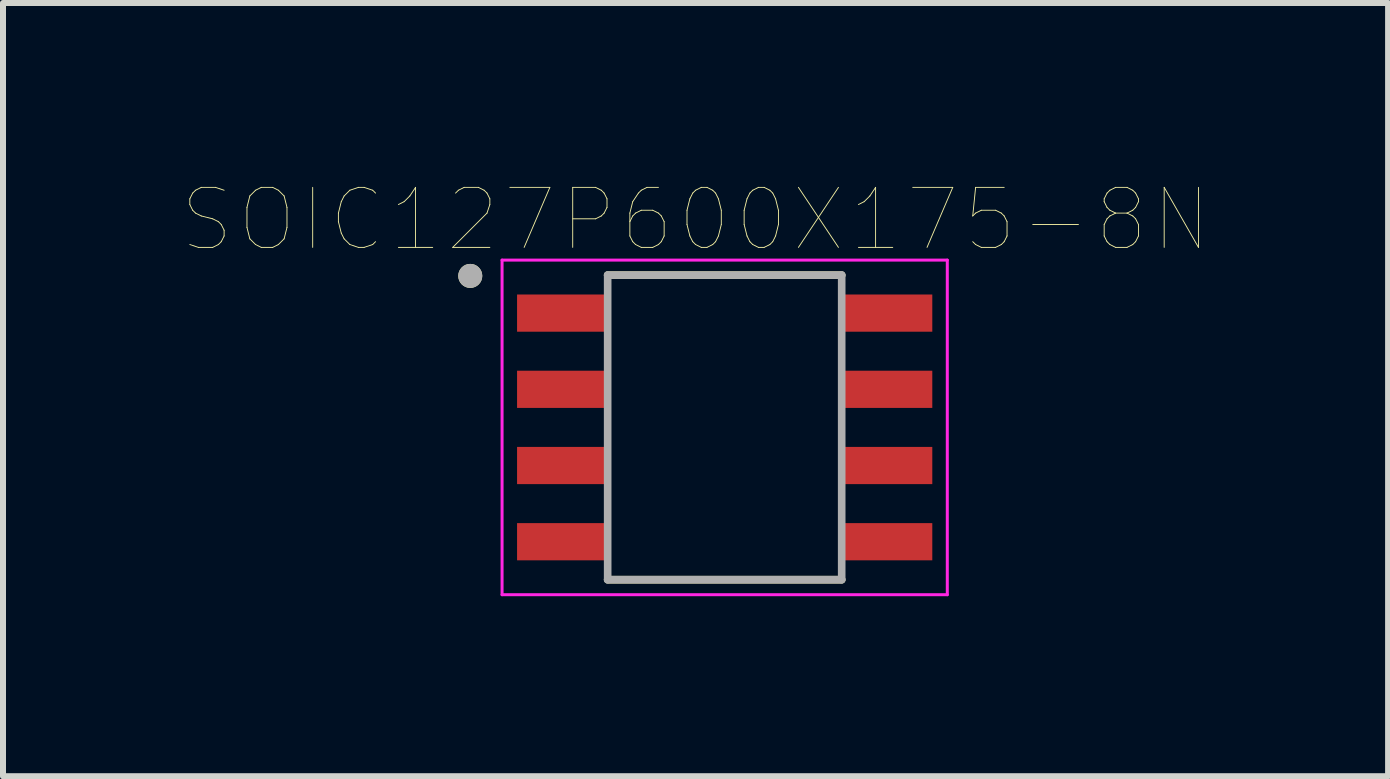
<source format=kicad_pcb>
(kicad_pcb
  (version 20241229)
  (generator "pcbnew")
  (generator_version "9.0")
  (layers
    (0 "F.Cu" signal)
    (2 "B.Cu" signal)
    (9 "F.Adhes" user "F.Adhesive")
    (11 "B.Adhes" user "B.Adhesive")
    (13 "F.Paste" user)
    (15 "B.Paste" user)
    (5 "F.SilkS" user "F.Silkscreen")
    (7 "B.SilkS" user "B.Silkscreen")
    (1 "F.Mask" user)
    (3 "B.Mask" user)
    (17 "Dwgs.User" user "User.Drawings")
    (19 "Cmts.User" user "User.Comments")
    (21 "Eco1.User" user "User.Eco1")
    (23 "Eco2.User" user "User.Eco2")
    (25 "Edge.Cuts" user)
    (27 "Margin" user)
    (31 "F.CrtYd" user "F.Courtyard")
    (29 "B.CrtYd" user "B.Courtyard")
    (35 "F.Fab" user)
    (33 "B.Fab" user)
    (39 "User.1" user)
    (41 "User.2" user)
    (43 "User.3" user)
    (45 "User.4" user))
  (footprint "SOIC127P600X175-8N"
    (layer "F.Cu")
    (at 9.027 4.073)
    (property "Reference" "SOIC127P600X175-8N" (at -0.485 -3.462 0) (layer "F.SilkS") (effects (font (size 1 1) (thickness 0.015))))
    (attr through_hole)
    (fp_line (start -1.95 -2.538) (end 1.95 -2.538) (stroke (width 0.127) (type solid)) (layer "F.SilkS"))
    (fp_line (start -1.95 2.538) (end 1.95 2.538) (stroke (width 0.127) (type solid)) (layer "F.SilkS"))
    (fp_circle (center -4.24 -2.525) (end -4.04 -2.525) (stroke (width 0) (type solid)) (fill yes) (layer "F.SilkS"))
    (fp_line (start -3.71 -2.788) (end -3.71 2.788) (stroke (width 0.05) (type solid)) (layer "F.CrtYd"))
    (fp_line (start -3.71 -2.788) (end 3.71 -2.788) (stroke (width 0.05) (type solid)) (layer "F.CrtYd"))
    (fp_line (start -3.71 2.788) (end 3.71 2.788) (stroke (width 0.05) (type solid)) (layer "F.CrtYd"))
    (fp_line (start 3.71 -2.788) (end 3.71 2.788) (stroke (width 0.05) (type solid)) (layer "F.CrtYd"))
    (fp_line (start -1.95 -2.538) (end -1.95 2.538) (stroke (width 0.127) (type solid)) (layer "F.Fab"))
    (fp_line (start -1.95 -2.538) (end 1.95 -2.538) (stroke (width 0.127) (type solid)) (layer "F.Fab"))
    (fp_line (start -1.95 2.538) (end 1.95 2.538) (stroke (width 0.127) (type solid)) (layer "F.Fab"))
    (fp_line (start 1.95 -2.538) (end 1.95 2.538) (stroke (width 0.127) (type solid)) (layer "F.Fab"))
    (fp_circle (center -4.24 -2.525) (end -4.04 -2.525) (stroke (width 0) (type solid)) (fill yes) (layer "F.Fab"))
    (pad "1" smd rect (at -2.68 -1.905) (size 1.56 0.62) (layers "F.Cu" "F.Mask" "F.Paste"))
    (pad "2" smd rect (at -2.68 -0.635) (size 1.56 0.62) (layers "F.Cu" "F.Mask" "F.Paste"))
    (pad "3" smd rect (at -2.68 0.635) (size 1.56 0.62) (layers "F.Cu" "F.Mask" "F.Paste"))
    (pad "4" smd rect (at -2.68 1.905) (size 1.56 0.62) (layers "F.Cu" "F.Mask" "F.Paste"))
    (pad "5" smd rect (at 2.68 1.905) (size 1.56 0.62) (layers "F.Cu" "F.Mask" "F.Paste"))
    (pad "6" smd rect (at 2.68 0.635) (size 1.56 0.62) (layers "F.Cu" "F.Mask" "F.Paste"))
    (pad "7" smd rect (at 2.68 -0.635) (size 1.56 0.62) (layers "F.Cu" "F.Mask" "F.Paste"))
    (pad "8" smd rect (at 2.68 -1.905) (size 1.56 0.62) (layers "F.Cu" "F.Mask" "F.Paste")))
  (gr_rect
    (start -3 -3)
    (end 20.083 9.886)
    (stroke (width 0.1) (type default))
    (fill no)
    (layer "Edge.Cuts")))
</source>
